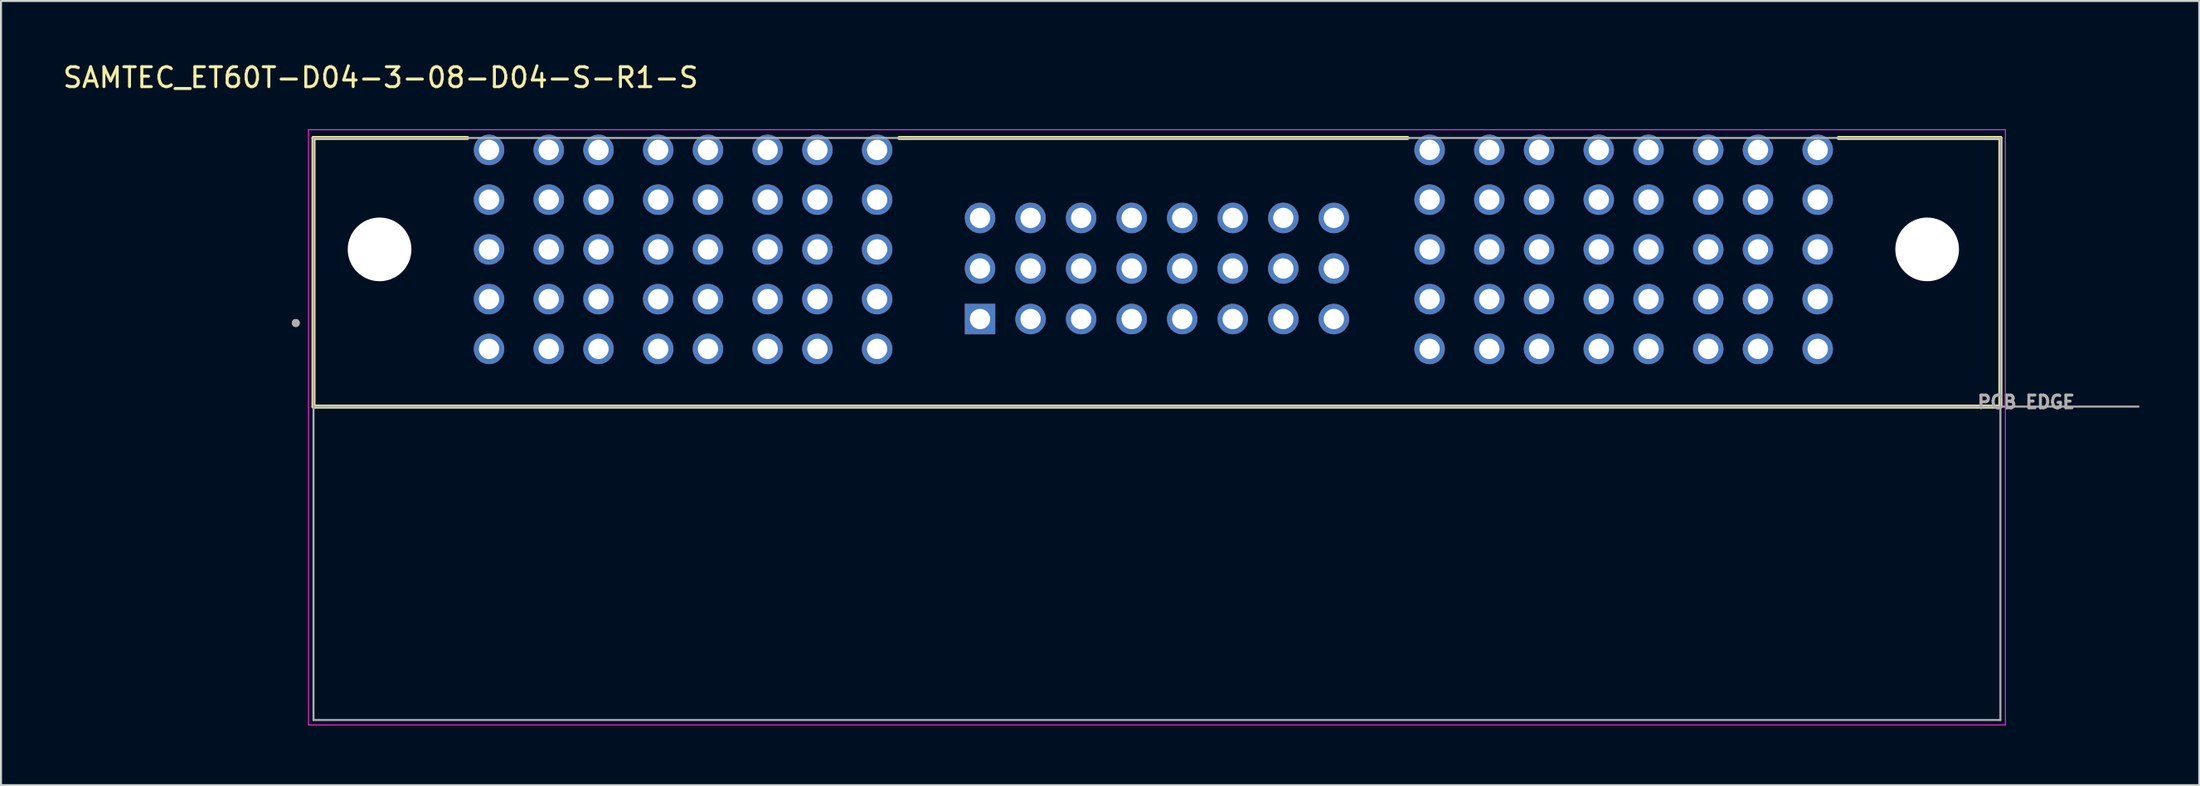
<source format=kicad_pcb>
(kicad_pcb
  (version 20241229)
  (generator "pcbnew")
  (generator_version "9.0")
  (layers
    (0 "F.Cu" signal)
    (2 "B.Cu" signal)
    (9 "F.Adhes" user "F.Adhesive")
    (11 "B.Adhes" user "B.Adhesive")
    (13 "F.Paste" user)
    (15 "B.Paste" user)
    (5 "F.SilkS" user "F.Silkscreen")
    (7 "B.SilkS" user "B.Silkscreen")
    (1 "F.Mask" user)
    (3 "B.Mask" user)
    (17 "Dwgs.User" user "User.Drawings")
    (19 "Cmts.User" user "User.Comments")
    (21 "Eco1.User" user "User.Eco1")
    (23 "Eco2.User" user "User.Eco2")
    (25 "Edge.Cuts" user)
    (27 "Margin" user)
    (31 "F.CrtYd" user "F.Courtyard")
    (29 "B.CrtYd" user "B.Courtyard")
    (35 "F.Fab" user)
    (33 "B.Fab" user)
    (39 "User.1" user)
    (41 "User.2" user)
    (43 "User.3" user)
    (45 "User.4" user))
  (footprint "SAMTEC_ET60T-D04-3-08-D04-S-R1-S"
    (layer "F.Cu")
    (at 54.902 9.483)
    (property "Reference" "SAMTEC_ET60T-D04-3-08-D04-S-R1-S" (at -38.825 -8.635 0) (layer "F.SilkS") (effects (font (size 1 1) (thickness 0.15))))
    (attr through_hole)
    (fp_line (start -42.2 7.9) (end -42.2 -5.6) (stroke (width 0.2) (type solid)) (layer "F.SilkS"))
    (fp_line (start -34.47 -5.6) (end -42.2 -5.6) (stroke (width 0.2) (type solid)) (layer "F.SilkS"))
    (fp_line (start -12.77 -5.6) (end 12.77 -5.6) (stroke (width 0.2) (type solid)) (layer "F.SilkS"))
    (fp_line (start 42.56 -5.6) (end 34.43 -5.6) (stroke (width 0.2) (type solid)) (layer "F.SilkS"))
    (fp_line (start 42.56 -5.6) (end 42.56 7.9) (stroke (width 0.2) (type solid)) (layer "F.SilkS"))
    (fp_line (start 42.56 7.9) (end -42.2 7.9) (stroke (width 0.2) (type solid)) (layer "F.SilkS"))
    (fp_circle (center -43.09 3.7) (end -42.99 3.7) (stroke (width 0.2) (type solid)) (fill no) (layer "F.SilkS"))
    (fp_line (start -42.45 -6.015) (end -42.45 23.9) (stroke (width 0.05) (type solid)) (layer "F.CrtYd"))
    (fp_line (start -42.45 23.9) (end 42.81 23.9) (stroke (width 0.05) (type solid)) (layer "F.CrtYd"))
    (fp_line (start 42.81 -6.015) (end -42.45 -6.015) (stroke (width 0.05) (type solid)) (layer "F.CrtYd"))
    (fp_line (start 42.81 23.9) (end 42.81 -6.015) (stroke (width 0.05) (type solid)) (layer "F.CrtYd"))
    (fp_line (start -42.2 -5.6) (end 42.56 -5.6) (stroke (width 0.1) (type solid)) (layer "F.Fab"))
    (fp_line (start -42.2 7.9) (end -42.2 -5.6) (stroke (width 0.1) (type solid)) (layer "F.Fab"))
    (fp_line (start -42.2 23.65) (end -42.2 7.9) (stroke (width 0.1) (type solid)) (layer "F.Fab"))
    (fp_line (start 42.56 7.9) (end -42.2 7.9) (stroke (width 0.1) (type solid)) (layer "F.Fab"))
    (fp_line (start 42.56 7.9) (end 42.56 -5.6) (stroke (width 0.1) (type solid)) (layer "F.Fab"))
    (fp_line (start 42.56 7.9) (end 49.5 7.9) (stroke (width 0.1) (type solid)) (layer "F.Fab"))
    (fp_line (start 42.56 23.65) (end -42.2 23.65) (stroke (width 0.1) (type solid)) (layer "F.Fab"))
    (fp_line (start 42.56 23.65) (end 42.56 7.9) (stroke (width 0.1) (type solid)) (layer "F.Fab"))
    (fp_circle (center -43.09 3.7) (end -42.99 3.7) (stroke (width 0.2) (type solid)) (fill no) (layer "F.Fab"))
    (fp_text user "PCB EDGE" (at 43.854 7.671 0) (layer "F.Fab") (effects (font (size 0.64 0.64) (thickness 0.15))))
    (pad "" np_thru_hole circle (at -38.88 0) (size 3.2 3.2) (drill 3.2) (layers "*.Cu" "*.Mask"))
    (pad "" np_thru_hole circle (at 38.88 0) (size 3.2 3.2) (drill 3.2) (layers "*.Cu" "*.Mask"))
    (pad "01" thru_hole rect (at -8.71 3.5) (size 1.53 1.53) (drill 1.02) (layers "*.Cu" "*.Mask"))
    (pad "02" thru_hole circle (at -6.17 3.5) (size 1.53 1.53) (drill 1.02) (layers "*.Cu" "*.Mask"))
    (pad "03" thru_hole circle (at -3.63 3.5) (size 1.53 1.53) (drill 1.02) (layers "*.Cu" "*.Mask"))
    (pad "04" thru_hole circle (at -1.09 3.5) (size 1.53 1.53) (drill 1.02) (layers "*.Cu" "*.Mask"))
    (pad "05" thru_hole circle (at 1.45 3.5) (size 1.53 1.53) (drill 1.02) (layers "*.Cu" "*.Mask"))
    (pad "06" thru_hole circle (at 3.99 3.5) (size 1.53 1.53) (drill 1.02) (layers "*.Cu" "*.Mask"))
    (pad "07" thru_hole circle (at 6.53 3.5) (size 1.53 1.53) (drill 1.02) (layers "*.Cu" "*.Mask"))
    (pad "08" thru_hole circle (at 9.07 3.5) (size 1.53 1.53) (drill 1.02) (layers "*.Cu" "*.Mask"))
    (pad "09" thru_hole circle (at -8.71 0.96) (size 1.53 1.53) (drill 1.02) (layers "*.Cu" "*.Mask"))
    (pad "10" thru_hole circle (at -6.17 0.96) (size 1.53 1.53) (drill 1.02) (layers "*.Cu" "*.Mask"))
    (pad "11" thru_hole circle (at -3.63 0.96) (size 1.53 1.53) (drill 1.02) (layers "*.Cu" "*.Mask"))
    (pad "12" thru_hole circle (at -1.09 0.96) (size 1.53 1.53) (drill 1.02) (layers "*.Cu" "*.Mask"))
    (pad "13" thru_hole circle (at 1.45 0.96) (size 1.53 1.53) (drill 1.02) (layers "*.Cu" "*.Mask"))
    (pad "14" thru_hole circle (at 3.99 0.96) (size 1.53 1.53) (drill 1.02) (layers "*.Cu" "*.Mask"))
    (pad "15" thru_hole circle (at 6.53 0.96) (size 1.53 1.53) (drill 1.02) (layers "*.Cu" "*.Mask"))
    (pad "16" thru_hole circle (at 9.07 0.96) (size 1.53 1.53) (drill 1.02) (layers "*.Cu" "*.Mask"))
    (pad "17" thru_hole circle (at -8.71 -1.58) (size 1.53 1.53) (drill 1.02) (layers "*.Cu" "*.Mask"))
    (pad "18" thru_hole circle (at -6.17 -1.58) (size 1.53 1.53) (drill 1.02) (layers "*.Cu" "*.Mask"))
    (pad "19" thru_hole circle (at -3.63 -1.58) (size 1.53 1.53) (drill 1.02) (layers "*.Cu" "*.Mask"))
    (pad "20" thru_hole circle (at -1.09 -1.58) (size 1.53 1.53) (drill 1.02) (layers "*.Cu" "*.Mask"))
    (pad "21" thru_hole circle (at 1.45 -1.58) (size 1.53 1.53) (drill 1.02) (layers "*.Cu" "*.Mask"))
    (pad "22" thru_hole circle (at 3.99 -1.58) (size 1.53 1.53) (drill 1.02) (layers "*.Cu" "*.Mask"))
    (pad "23" thru_hole circle (at 6.53 -1.58) (size 1.53 1.53) (drill 1.02) (layers "*.Cu" "*.Mask"))
    (pad "24" thru_hole circle (at 9.07 -1.58) (size 1.53 1.53) (drill 1.02) (layers "*.Cu" "*.Mask"))
    (pad "P01_1" thru_hole circle (at -33.38 -5) (size 1.53 1.53) (drill 1.02) (layers "*.Cu" "*.Mask"))
    (pad "P01_2" thru_hole circle (at -33.38 -2.5) (size 1.53 1.53) (drill 1.02) (layers "*.Cu" "*.Mask"))
    (pad "P01_3" thru_hole circle (at -33.38 0) (size 1.53 1.53) (drill 1.02) (layers "*.Cu" "*.Mask"))
    (pad "P01_4" thru_hole circle (at -33.38 2.5) (size 1.53 1.53) (drill 1.02) (layers "*.Cu" "*.Mask"))
    (pad "P01_5" thru_hole circle (at -33.38 5) (size 1.53 1.53) (drill 1.02) (layers "*.Cu" "*.Mask"))
    (pad "P01_6" thru_hole circle (at -30.38 5) (size 1.53 1.53) (drill 1.02) (layers "*.Cu" "*.Mask"))
    (pad "P01_7" thru_hole circle (at -30.38 2.5) (size 1.53 1.53) (drill 1.02) (layers "*.Cu" "*.Mask"))
    (pad "P01_8" thru_hole circle (at -30.38 0) (size 1.53 1.53) (drill 1.02) (layers "*.Cu" "*.Mask"))
    (pad "P01_9" thru_hole circle (at -30.38 -2.5) (size 1.53 1.53) (drill 1.02) (layers "*.Cu" "*.Mask"))
    (pad "P01_10" thru_hole circle (at -30.38 -5) (size 1.53 1.53) (drill 1.02) (layers "*.Cu" "*.Mask"))
    (pad "P02_1" thru_hole circle (at -27.88 -5) (size 1.53 1.53) (drill 1.02) (layers "*.Cu" "*.Mask"))
    (pad "P02_2" thru_hole circle (at -27.88 -2.5) (size 1.53 1.53) (drill 1.02) (layers "*.Cu" "*.Mask"))
    (pad "P02_3" thru_hole circle (at -27.88 0) (size 1.53 1.53) (drill 1.02) (layers "*.Cu" "*.Mask"))
    (pad "P02_4" thru_hole circle (at -27.88 2.5) (size 1.53 1.53) (drill 1.02) (layers "*.Cu" "*.Mask"))
    (pad "P02_5" thru_hole circle (at -27.88 5) (size 1.53 1.53) (drill 1.02) (layers "*.Cu" "*.Mask"))
    (pad "P02_6" thru_hole circle (at -24.88 5) (size 1.53 1.53) (drill 1.02) (layers "*.Cu" "*.Mask"))
    (pad "P02_7" thru_hole circle (at -24.88 2.5) (size 1.53 1.53) (drill 1.02) (layers "*.Cu" "*.Mask"))
    (pad "P02_8" thru_hole circle (at -24.88 0) (size 1.53 1.53) (drill 1.02) (layers "*.Cu" "*.Mask"))
    (pad "P02_9" thru_hole circle (at -24.88 -2.5) (size 1.53 1.53) (drill 1.02) (layers "*.Cu" "*.Mask"))
    (pad "P02_10" thru_hole circle (at -24.88 -5) (size 1.53 1.53) (drill 1.02) (layers "*.Cu" "*.Mask"))
    (pad "P03_1" thru_hole circle (at -22.38 -5) (size 1.53 1.53) (drill 1.02) (layers "*.Cu" "*.Mask"))
    (pad "P03_2" thru_hole circle (at -22.38 -2.5) (size 1.53 1.53) (drill 1.02) (layers "*.Cu" "*.Mask"))
    (pad "P03_3" thru_hole circle (at -22.38 0) (size 1.53 1.53) (drill 1.02) (layers "*.Cu" "*.Mask"))
    (pad "P03_4" thru_hole circle (at -22.38 2.5) (size 1.53 1.53) (drill 1.02) (layers "*.Cu" "*.Mask"))
    (pad "P03_5" thru_hole circle (at -22.38 5) (size 1.53 1.53) (drill 1.02) (layers "*.Cu" "*.Mask"))
    (pad "P03_6" thru_hole circle (at -19.38 5) (size 1.53 1.53) (drill 1.02) (layers "*.Cu" "*.Mask"))
    (pad "P03_7" thru_hole circle (at -19.38 2.5) (size 1.53 1.53) (drill 1.02) (layers "*.Cu" "*.Mask"))
    (pad "P03_8" thru_hole circle (at -19.38 0) (size 1.53 1.53) (drill 1.02) (layers "*.Cu" "*.Mask"))
    (pad "P03_9" thru_hole circle (at -19.38 -2.5) (size 1.53 1.53) (drill 1.02) (layers "*.Cu" "*.Mask"))
    (pad "P03_10" thru_hole circle (at -19.38 -5) (size 1.53 1.53) (drill 1.02) (layers "*.Cu" "*.Mask"))
    (pad "P04_1" thru_hole circle (at -16.88 -5) (size 1.53 1.53) (drill 1.02) (layers "*.Cu" "*.Mask"))
    (pad "P04_2" thru_hole circle (at -16.88 -2.5) (size 1.53 1.53) (drill 1.02) (layers "*.Cu" "*.Mask"))
    (pad "P04_3" thru_hole circle (at -16.88 0) (size 1.53 1.53) (drill 1.02) (layers "*.Cu" "*.Mask"))
    (pad "P04_4" thru_hole circle (at -16.88 2.5) (size 1.53 1.53) (drill 1.02) (layers "*.Cu" "*.Mask"))
    (pad "P04_5" thru_hole circle (at -16.88 5) (size 1.53 1.53) (drill 1.02) (layers "*.Cu" "*.Mask"))
    (pad "P04_6" thru_hole circle (at -13.88 5) (size 1.53 1.53) (drill 1.02) (layers "*.Cu" "*.Mask"))
    (pad "P04_7" thru_hole circle (at -13.88 2.5) (size 1.53 1.53) (drill 1.02) (layers "*.Cu" "*.Mask"))
    (pad "P04_8" thru_hole circle (at -13.88 0) (size 1.53 1.53) (drill 1.02) (layers "*.Cu" "*.Mask"))
    (pad "P04_9" thru_hole circle (at -13.88 -2.5) (size 1.53 1.53) (drill 1.02) (layers "*.Cu" "*.Mask"))
    (pad "P04_10" thru_hole circle (at -13.88 -5) (size 1.53 1.53) (drill 1.02) (layers "*.Cu" "*.Mask"))
    (pad "P05_1" thru_hole circle (at 13.88 -5) (size 1.53 1.53) (drill 1.02) (layers "*.Cu" "*.Mask"))
    (pad "P05_2" thru_hole circle (at 13.88 -2.5) (size 1.53 1.53) (drill 1.02) (layers "*.Cu" "*.Mask"))
    (pad "P05_3" thru_hole circle (at 13.88 0) (size 1.53 1.53) (drill 1.02) (layers "*.Cu" "*.Mask"))
    (pad "P05_4" thru_hole circle (at 13.88 2.5) (size 1.53 1.53) (drill 1.02) (layers "*.Cu" "*.Mask"))
    (pad "P05_5" thru_hole circle (at 13.88 5) (size 1.53 1.53) (drill 1.02) (layers "*.Cu" "*.Mask"))
    (pad "P05_6" thru_hole circle (at 16.88 5) (size 1.53 1.53) (drill 1.02) (layers "*.Cu" "*.Mask"))
    (pad "P05_7" thru_hole circle (at 16.88 2.5) (size 1.53 1.53) (drill 1.02) (layers "*.Cu" "*.Mask"))
    (pad "P05_8" thru_hole circle (at 16.88 0) (size 1.53 1.53) (drill 1.02) (layers "*.Cu" "*.Mask"))
    (pad "P05_9" thru_hole circle (at 16.88 -2.5) (size 1.53 1.53) (drill 1.02) (layers "*.Cu" "*.Mask"))
    (pad "P05_10" thru_hole circle (at 16.88 -5) (size 1.53 1.53) (drill 1.02) (layers "*.Cu" "*.Mask"))
    (pad "P06_1" thru_hole circle (at 19.38 -5) (size 1.53 1.53) (drill 1.02) (layers "*.Cu" "*.Mask"))
    (pad "P06_2" thru_hole circle (at 19.38 -2.5) (size 1.53 1.53) (drill 1.02) (layers "*.Cu" "*.Mask"))
    (pad "P06_3" thru_hole circle (at 19.38 0) (size 1.53 1.53) (drill 1.02) (layers "*.Cu" "*.Mask"))
    (pad "P06_4" thru_hole circle (at 19.38 2.5) (size 1.53 1.53) (drill 1.02) (layers "*.Cu" "*.Mask"))
    (pad "P06_5" thru_hole circle (at 19.38 5) (size 1.53 1.53) (drill 1.02) (layers "*.Cu" "*.Mask"))
    (pad "P06_6" thru_hole circle (at 22.38 5) (size 1.53 1.53) (drill 1.02) (layers "*.Cu" "*.Mask"))
    (pad "P06_7" thru_hole circle (at 22.38 2.5) (size 1.53 1.53) (drill 1.02) (layers "*.Cu" "*.Mask"))
    (pad "P06_8" thru_hole circle (at 22.38 0) (size 1.53 1.53) (drill 1.02) (layers "*.Cu" "*.Mask"))
    (pad "P06_9" thru_hole circle (at 22.38 -2.5) (size 1.53 1.53) (drill 1.02) (layers "*.Cu" "*.Mask"))
    (pad "P06_10" thru_hole circle (at 22.38 -5) (size 1.53 1.53) (drill 1.02) (layers "*.Cu" "*.Mask"))
    (pad "P07_1" thru_hole circle (at 24.88 -5) (size 1.53 1.53) (drill 1.02) (layers "*.Cu" "*.Mask"))
    (pad "P07_2" thru_hole circle (at 24.88 -2.5) (size 1.53 1.53) (drill 1.02) (layers "*.Cu" "*.Mask"))
    (pad "P07_3" thru_hole circle (at 24.88 0) (size 1.53 1.53) (drill 1.02) (layers "*.Cu" "*.Mask"))
    (pad "P07_4" thru_hole circle (at 24.88 2.5) (size 1.53 1.53) (drill 1.02) (layers "*.Cu" "*.Mask"))
    (pad "P07_5" thru_hole circle (at 24.88 5) (size 1.53 1.53) (drill 1.02) (layers "*.Cu" "*.Mask"))
    (pad "P07_6" thru_hole circle (at 27.88 5) (size 1.53 1.53) (drill 1.02) (layers "*.Cu" "*.Mask"))
    (pad "P07_7" thru_hole circle (at 27.88 2.5) (size 1.53 1.53) (drill 1.02) (layers "*.Cu" "*.Mask"))
    (pad "P07_8" thru_hole circle (at 27.88 0) (size 1.53 1.53) (drill 1.02) (layers "*.Cu" "*.Mask"))
    (pad "P07_9" thru_hole circle (at 27.88 -2.5) (size 1.53 1.53) (drill 1.02) (layers "*.Cu" "*.Mask"))
    (pad "P07_10" thru_hole circle (at 27.88 -5) (size 1.53 1.53) (drill 1.02) (layers "*.Cu" "*.Mask"))
    (pad "P08_1" thru_hole circle (at 30.38 -5) (size 1.53 1.53) (drill 1.02) (layers "*.Cu" "*.Mask"))
    (pad "P08_2" thru_hole circle (at 30.38 -2.5) (size 1.53 1.53) (drill 1.02) (layers "*.Cu" "*.Mask"))
    (pad "P08_3" thru_hole circle (at 30.38 0) (size 1.53 1.53) (drill 1.02) (layers "*.Cu" "*.Mask"))
    (pad "P08_4" thru_hole circle (at 30.38 2.5) (size 1.53 1.53) (drill 1.02) (layers "*.Cu" "*.Mask"))
    (pad "P08_5" thru_hole circle (at 30.38 5) (size 1.53 1.53) (drill 1.02) (layers "*.Cu" "*.Mask"))
    (pad "P08_6" thru_hole circle (at 33.38 5) (size 1.53 1.53) (drill 1.02) (layers "*.Cu" "*.Mask"))
    (pad "P08_7" thru_hole circle (at 33.38 2.5) (size 1.53 1.53) (drill 1.02) (layers "*.Cu" "*.Mask"))
    (pad "P08_8" thru_hole circle (at 33.38 0) (size 1.53 1.53) (drill 1.02) (layers "*.Cu" "*.Mask"))
    (pad "P08_9" thru_hole circle (at 33.38 -2.5) (size 1.53 1.53) (drill 1.02) (layers "*.Cu" "*.Mask"))
    (pad "P08_10" thru_hole circle (at 33.38 -5) (size 1.53 1.53) (drill 1.02) (layers "*.Cu" "*.Mask")))
  (gr_rect
    (start -3 -3)
    (end 107.452 36.408)
    (stroke (width 0.1) (type default))
    (fill no)
    (layer "Edge.Cuts")))
</source>
